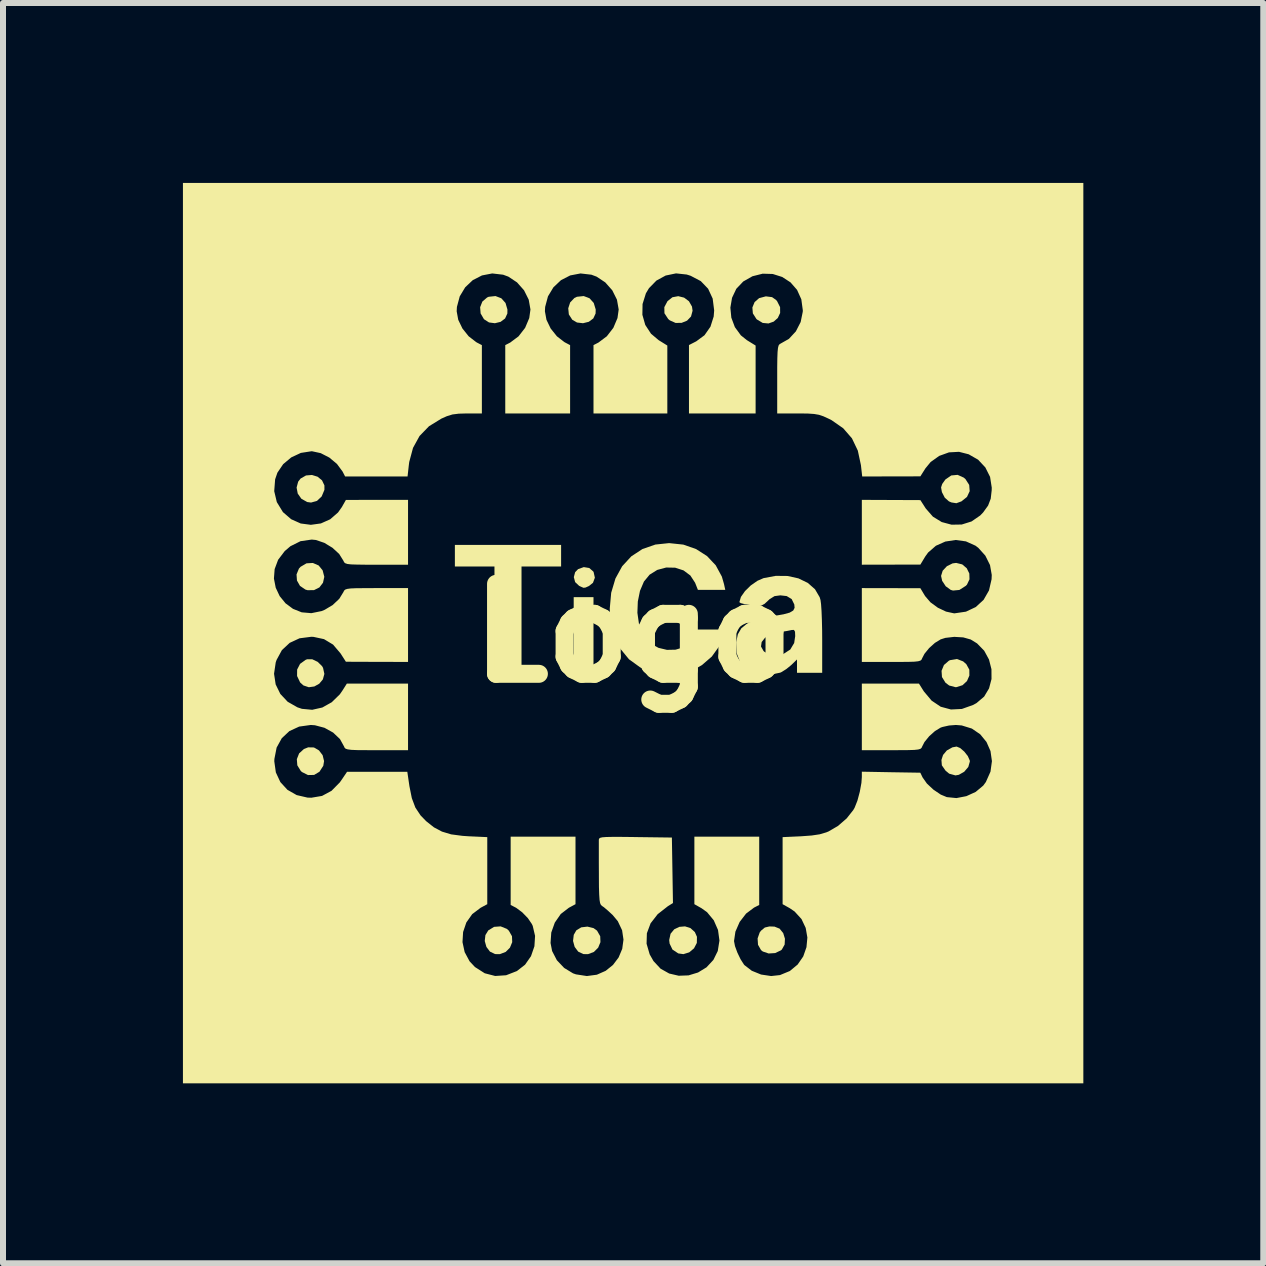
<source format=kicad_pcb>
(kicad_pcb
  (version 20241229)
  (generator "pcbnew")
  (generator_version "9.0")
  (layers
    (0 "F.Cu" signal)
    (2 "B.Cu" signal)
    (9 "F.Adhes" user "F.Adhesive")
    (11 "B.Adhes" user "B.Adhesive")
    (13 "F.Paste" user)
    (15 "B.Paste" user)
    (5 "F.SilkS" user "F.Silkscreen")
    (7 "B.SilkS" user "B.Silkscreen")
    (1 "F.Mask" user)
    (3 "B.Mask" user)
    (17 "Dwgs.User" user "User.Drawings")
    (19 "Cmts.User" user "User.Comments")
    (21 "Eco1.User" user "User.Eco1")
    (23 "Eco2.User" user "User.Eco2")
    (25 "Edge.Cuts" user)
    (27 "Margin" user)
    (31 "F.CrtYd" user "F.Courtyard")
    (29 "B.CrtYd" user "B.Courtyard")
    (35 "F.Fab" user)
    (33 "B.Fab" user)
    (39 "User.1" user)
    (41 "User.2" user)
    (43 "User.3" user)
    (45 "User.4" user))
  (footprint "Logo"
    (layer "F.Cu")
    (at 7.506 7.506)
    (property "Reference" "Logo" (at 0 0 0) (layer "F.SilkS") (effects (font (size 1.5 1.5) (thickness 0.3))))
    (attr board_only exclude_from_pos_files exclude_from_bom)
    (fp_poly (pts (xy -0.661 0) (xy -0.661 0.6) (xy -0.826 0.6) (xy -0.991 0.6) (xy -0.991 0) (xy -0.991 -0.6) (xy -0.826 -0.6) (xy -0.661 -0.6)) (stroke (width 0) (type solid)) (fill yes) (layer "F.SilkS"))
    (fp_poly (pts (xy -5.322 1.906) (xy -5.238 1.955) (xy -5.177 2.035) (xy -5.153 2.133) (xy -5.166 2.212) (xy -5.23 2.311) (xy -5.319 2.364) (xy -5.421 2.366) (xy -5.521 2.316) (xy -5.541 2.298) (xy -5.599 2.204) (xy -5.607 2.101) (xy -5.569 2.005) (xy -5.489 1.932) (xy -5.418 1.904)) (stroke (width 0) (type solid)) (fill yes) (layer "F.SilkS"))
    (fp_poly (pts (xy -5.261 -2.608) (xy -5.187 -2.547) (xy -5.147 -2.463) (xy -5.147 -2.389) (xy -5.193 -2.279) (xy -5.271 -2.205) (xy -5.37 -2.177) (xy -5.435 -2.186) (xy -5.532 -2.241) (xy -5.592 -2.327) (xy -5.611 -2.427) (xy -5.585 -2.525) (xy -5.545 -2.577) (xy -5.454 -2.629) (xy -5.355 -2.637)) (stroke (width 0) (type solid)) (fill yes) (layer "F.SilkS"))
    (fp_poly (pts (xy -5.243 -1.128) (xy -5.177 -1.047) (xy -5.149 -0.939) (xy -5.171 -0.84) (xy -5.231 -0.762) (xy -5.321 -0.717) (xy -5.428 -0.716) (xy -5.463 -0.726) (xy -5.554 -0.787) (xy -5.605 -0.877) (xy -5.612 -0.979) (xy -5.572 -1.076) (xy -5.545 -1.106) (xy -5.446 -1.164) (xy -5.34 -1.17)) (stroke (width 0) (type solid)) (fill yes) (layer "F.SilkS"))
    (fp_poly (pts (xy -2.198 -5.583) (xy -2.128 -5.505) (xy -2.096 -5.396) (xy -2.097 -5.329) (xy -2.135 -5.246) (xy -2.21 -5.19) (xy -2.305 -5.167) (xy -2.403 -5.18) (xy -2.487 -5.234) (xy -2.543 -5.33) (xy -2.551 -5.434) (xy -2.514 -5.528) (xy -2.435 -5.596) (xy -2.408 -5.608) (xy -2.295 -5.62)) (stroke (width 0) (type solid)) (fill yes) (layer "F.SilkS"))
    (fp_poly (pts (xy -2.107 4.93) (xy -2.073 4.96) (xy -2.02 5.053) (xy -2.016 5.152) (xy -2.054 5.244) (xy -2.125 5.315) (xy -2.223 5.352) (xy -2.301 5.351) (xy -2.387 5.31) (xy -2.446 5.232) (xy -2.474 5.133) (xy -2.463 5.034) (xy -2.415 4.956) (xy -2.318 4.897) (xy -2.209 4.889)) (stroke (width 0) (type solid)) (fill yes) (layer "F.SilkS"))
    (fp_poly (pts (xy -0.732 -1.086) (xy -0.664 -1.027) (xy -0.659 -1.018) (xy -0.638 -0.924) (xy -0.67 -0.839) (xy -0.736 -0.786) (xy -0.794 -0.76) (xy -0.828 -0.756) (xy -0.87 -0.774) (xy -0.901 -0.789) (xy -0.967 -0.851) (xy -0.989 -0.934) (xy -0.967 -1.016) (xy -0.918 -1.067) (xy -0.823 -1.101)) (stroke (width 0) (type solid)) (fill yes) (layer "F.SilkS"))
    (fp_poly (pts (xy -0.727 -5.583) (xy -0.657 -5.505) (xy -0.624 -5.396) (xy -0.626 -5.329) (xy -0.664 -5.247) (xy -0.739 -5.191) (xy -0.836 -5.167) (xy -0.936 -5.179) (xy -1.015 -5.225) (xy -1.072 -5.314) (xy -1.082 -5.416) (xy -1.05 -5.514) (xy -0.979 -5.588) (xy -0.937 -5.608) (xy -0.824 -5.62)) (stroke (width 0) (type solid)) (fill yes) (layer "F.SilkS"))
    (fp_poly (pts (xy -0.66 4.918) (xy -0.602 4.96) (xy -0.549 5.053) (xy -0.545 5.152) (xy -0.583 5.244) (xy -0.654 5.315) (xy -0.752 5.352) (xy -0.83 5.351) (xy -0.916 5.31) (xy -0.975 5.231) (xy -1.002 5.132) (xy -0.99 5.03) (xy -0.947 4.955) (xy -0.865 4.905) (xy -0.762 4.893)) (stroke (width 0) (type solid)) (fill yes) (layer "F.SilkS"))
    (fp_poly (pts (xy 0.849 -5.594) (xy 0.93 -5.534) (xy 0.981 -5.445) (xy 0.991 -5.375) (xy 0.965 -5.279) (xy 0.899 -5.21) (xy 0.808 -5.173) (xy 0.707 -5.172) (xy 0.611 -5.215) (xy 0.584 -5.238) (xy 0.522 -5.333) (xy 0.52 -5.435) (xy 0.573 -5.535) (xy 0.655 -5.6) (xy 0.752 -5.618)) (stroke (width 0) (type solid)) (fill yes) (layer "F.SilkS"))
    (fp_poly (pts (xy 0.956 4.918) (xy 1.029 4.984) (xy 1.064 5.063) (xy 1.062 5.165) (xy 1.015 5.255) (xy 0.935 5.322) (xy 0.838 5.352) (xy 0.753 5.34) (xy 0.656 5.276) (xy 0.608 5.176) (xy 0.601 5.117) (xy 0.624 5.012) (xy 0.685 4.938) (xy 0.77 4.897) (xy 0.865 4.889)) (stroke (width 0) (type solid)) (fill yes) (layer "F.SilkS"))
    (fp_poly (pts (xy -5.349 0.436) (xy -5.259 0.479) (xy -5.186 0.551) (xy -5.17 0.579) (xy -5.148 0.68) (xy -5.173 0.771) (xy -5.233 0.843) (xy -5.315 0.889) (xy -5.407 0.902) (xy -5.497 0.872) (xy -5.552 0.822) (xy -5.603 0.715) (xy -5.602 0.607) (xy -5.553 0.512) (xy -5.46 0.445) (xy -5.436 0.436)) (stroke (width 0) (type solid)) (fill yes) (layer "F.SilkS"))
    (fp_poly (pts (xy -1.201 -1.291) (xy -1.201 -1.111) (xy -1.531 -1.111) (xy -1.861 -1.111) (xy -1.861 -0.225) (xy -1.861 0.661) (xy -2.087 0.661) (xy -2.312 0.661) (xy -2.312 -0.225) (xy -2.312 -1.111) (xy -2.642 -1.111) (xy -2.972 -1.111) (xy -2.972 -1.291) (xy -2.972 -1.471) (xy -2.087 -1.471) (xy -1.201 -1.471)) (stroke (width 0) (type solid)) (fill yes) (layer "F.SilkS"))
    (fp_poly (pts (xy 5.487 -1.146) (xy 5.562 -1.082) (xy 5.605 -0.994) (xy 5.608 -0.898) (xy 5.566 -0.809) (xy 5.547 -0.789) (xy 5.439 -0.72) (xy 5.333 -0.71) (xy 5.295 -0.721) (xy 5.212 -0.781) (xy 5.152 -0.872) (xy 5.134 -0.954) (xy 5.161 -1.041) (xy 5.231 -1.116) (xy 5.326 -1.163) (xy 5.386 -1.171)) (stroke (width 0) (type solid)) (fill yes) (layer "F.SilkS"))
    (fp_poly (pts (xy 5.502 0.471) (xy 5.555 0.518) (xy 5.605 0.609) (xy 5.606 0.707) (xy 5.566 0.799) (xy 5.492 0.868) (xy 5.392 0.9) (xy 5.374 0.901) (xy 5.269 0.873) (xy 5.208 0.827) (xy 5.149 0.732) (xy 5.142 0.628) (xy 5.182 0.531) (xy 5.265 0.459) (xy 5.286 0.45) (xy 5.398 0.431)) (stroke (width 0) (type solid)) (fill yes) (layer "F.SilkS"))
    (fp_poly (pts (xy 2.316 -5.602) (xy 2.382 -5.556) (xy 2.4 -5.535) (xy 2.45 -5.435) (xy 2.451 -5.338) (xy 2.412 -5.255) (xy 2.344 -5.194) (xy 2.256 -5.163) (xy 2.16 -5.172) (xy 2.065 -5.229) (xy 2.055 -5.238) (xy 1.996 -5.331) (xy 1.988 -5.429) (xy 2.025 -5.519) (xy 2.1 -5.585) (xy 2.208 -5.614) (xy 2.222 -5.614)) (stroke (width 0) (type solid)) (fill yes) (layer "F.SilkS"))
    (fp_poly (pts (xy 2.357 4.893) (xy 2.442 4.927) (xy 2.502 5.001) (xy 2.531 5.095) (xy 2.526 5.192) (xy 2.48 5.274) (xy 2.465 5.288) (xy 2.368 5.334) (xy 2.259 5.341) (xy 2.162 5.308) (xy 2.132 5.284) (xy 2.082 5.196) (xy 2.075 5.09) (xy 2.11 4.99) (xy 2.133 4.96) (xy 2.196 4.908) (xy 2.273 4.89)) (stroke (width 0) (type solid)) (fill yes) (layer "F.SilkS"))
    (fp_poly (pts (xy 5.453 1.916) (xy 5.521 1.975) (xy 5.58 2.05) (xy 5.612 2.122) (xy 5.614 2.14) (xy 5.588 2.231) (xy 5.52 2.311) (xy 5.43 2.362) (xy 5.374 2.372) (xy 5.269 2.343) (xy 5.208 2.292) (xy 5.147 2.204) (xy 5.14 2.114) (xy 5.167 2.031) (xy 5.23 1.956) (xy 5.323 1.904) (xy 5.393 1.891)) (stroke (width 0) (type solid)) (fill yes) (layer "F.SilkS"))
    (fp_poly (pts (xy 5.512 -2.593) (xy 5.541 -2.568) (xy 5.603 -2.471) (xy 5.611 -2.367) (xy 5.566 -2.271) (xy 5.474 -2.197) (xy 5.389 -2.166) (xy 5.307 -2.179) (xy 5.265 -2.197) (xy 5.196 -2.258) (xy 5.148 -2.351) (xy 5.134 -2.429) (xy 5.153 -2.487) (xy 5.201 -2.555) (xy 5.208 -2.563) (xy 5.304 -2.629) (xy 5.41 -2.639)) (stroke (width 0) (type solid)) (fill yes) (layer "F.SilkS"))
    (fp_poly (pts (xy 0.837 -1.476) (xy 1.049 -1.402) (xy 1.232 -1.285) (xy 1.377 -1.131) (xy 1.479 -0.943) (xy 1.515 -0.818) (xy 1.536 -0.721) (xy 1.308 -0.721) (xy 1.08 -0.721) (xy 1.033 -0.84) (xy 0.954 -0.961) (xy 0.84 -1.046) (xy 0.701 -1.091) (xy 0.551 -1.094) (xy 0.402 -1.054) (xy 0.275 -0.975) (xy 0.18 -0.86) (xy 0.114 -0.705) (xy 0.078 -0.527) (xy 0.071 -0.339) (xy 0.097 -0.156) (xy 0.156 0.007) (xy 0.189 0.064) (xy 0.293 0.173) (xy 0.422 0.245) (xy 0.564 0.279) (xy 0.707 0.276) (xy 0.84 0.236) (xy 0.949 0.16) (xy 1.023 0.048) (xy 1.027 0.038) (xy 1.063 -0.06) (xy 1.298 -0.06) (xy 1.532 -0.06) (xy 1.513 0.023) (xy 1.437 0.216) (xy 1.312 0.39) (xy 1.148 0.532) (xy 1.027 0.602) (xy 0.906 0.641) (xy 0.751 0.669) (xy 0.586 0.682) (xy 0.436 0.678) (xy 0.345 0.663) (xy 0.119 0.572) (xy -0.069 0.436) (xy -0.215 0.258) (xy -0.319 0.043) (xy -0.378 -0.206) (xy -0.39 -0.405) (xy -0.366 -0.673) (xy -0.295 -0.911) (xy -0.183 -1.115) (xy -0.031 -1.28) (xy 0.155 -1.402) (xy 0.371 -1.477) (xy 0.6 -1.501)) (stroke (width 0) (type solid)) (fill yes) (layer "F.SilkS"))
    (fp_poly (pts (xy 2.575 -0.953) (xy 2.756 -0.913) (xy 2.911 -0.838) (xy 3.032 -0.732) (xy 3.11 -0.599) (xy 3.124 -0.552) (xy 3.133 -0.484) (xy 3.141 -0.369) (xy 3.147 -0.218) (xy 3.151 -0.044) (xy 3.152 0.113) (xy 3.152 0.661) (xy 2.942 0.661) (xy 2.732 0.661) (xy 2.732 0.55) (xy 2.732 0.439) (xy 2.635 0.533) (xy 2.554 0.599) (xy 2.472 0.65) (xy 2.452 0.659) (xy 2.341 0.682) (xy 2.204 0.686) (xy 2.071 0.67) (xy 2.035 0.661) (xy 1.886 0.589) (xy 1.782 0.48) (xy 1.726 0.334) (xy 1.721 0.223) (xy 2.132 0.223) (xy 2.174 0.297) (xy 2.184 0.307) (xy 2.281 0.37) (xy 2.379 0.384) (xy 2.497 0.351) (xy 2.504 0.348) (xy 2.62 0.273) (xy 2.685 0.164) (xy 2.702 0.05) (xy 2.699 -0.024) (xy 2.681 -0.054) (xy 2.641 -0.052) (xy 2.635 -0.05) (xy 2.564 -0.036) (xy 2.465 -0.02) (xy 2.424 -0.014) (xy 2.295 0.021) (xy 2.199 0.077) (xy 2.143 0.148) (xy 2.132 0.223) (xy 1.721 0.223) (xy 1.718 0.155) (xy 1.719 0.146) (xy 1.746 0.019) (xy 1.804 -0.081) (xy 1.899 -0.159) (xy 2.038 -0.219) (xy 2.227 -0.266) (xy 2.351 -0.287) (xy 2.507 -0.314) (xy 2.61 -0.342) (xy 2.669 -0.377) (xy 2.692 -0.422) (xy 2.687 -0.478) (xy 2.643 -0.568) (xy 2.56 -0.618) (xy 2.454 -0.63) (xy 2.357 -0.617) (xy 2.276 -0.567) (xy 2.245 -0.538) (xy 2.192 -0.489) (xy 2.145 -0.463) (xy 2.084 -0.457) (xy 1.989 -0.464) (xy 1.962 -0.467) (xy 1.864 -0.482) (xy 1.795 -0.5) (xy 1.771 -0.516) (xy 1.797 -0.604) (xy 1.865 -0.701) (xy 1.961 -0.795) (xy 2.073 -0.873) (xy 2.174 -0.917) (xy 2.378 -0.955)) (stroke (width 0) (type solid)) (fill yes) (layer "F.SilkS"))
    (fp_poly (pts (xy 7.506 0) (xy 7.506 7.506) (xy 0 7.506) (xy -7.506 7.506) (xy -7.506 0) (xy -7.506 -0.91) (xy -5.989 -0.91) (xy -5.959 -0.757) (xy -5.893 -0.617) (xy -5.795 -0.497) (xy -5.671 -0.405) (xy -5.526 -0.347) (xy -5.365 -0.333) (xy -5.193 -0.368) (xy -5.141 -0.39) (xy -5.009 -0.469) (xy -4.9 -0.572) (xy -4.832 -0.682) (xy -4.831 -0.683) (xy -4.82 -0.707) (xy -4.802 -0.725) (xy -4.769 -0.737) (xy -4.711 -0.745) (xy -4.621 -0.749) (xy -4.49 -0.75) (xy -4.308 -0.751) (xy -4.279 -0.751) (xy -3.753 -0.751) (xy -3.753 -0.135) (xy -3.753 0.48) (xy -4.271 0.479) (xy -4.789 0.477) (xy -4.879 0.337) (xy -5.003 0.191) (xy -5.154 0.1) (xy -5.331 0.062) (xy -5.368 0.061) (xy -5.562 0.086) (xy -5.726 0.162) (xy -5.856 0.283) (xy -5.945 0.447) (xy -5.959 0.488) (xy -5.987 0.677) (xy -5.96 0.855) (xy -5.882 1.014) (xy -5.76 1.144) (xy -5.597 1.237) (xy -5.522 1.262) (xy -5.351 1.278) (xy -5.182 1.24) (xy -5.025 1.152) (xy -4.89 1.02) (xy -4.849 0.961) (xy -4.773 0.841) (xy -4.263 0.841) (xy -3.753 0.841) (xy -3.753 1.396) (xy -3.753 1.952) (xy -4.276 1.952) (xy -4.465 1.951) (xy -4.603 1.95) (xy -4.698 1.946) (xy -4.758 1.938) (xy -4.793 1.927) (xy -4.811 1.91) (xy -4.819 1.891) (xy -4.888 1.766) (xy -5.002 1.658) (xy -5.146 1.578) (xy -5.305 1.536) (xy -5.374 1.531) (xy -5.568 1.558) (xy -5.731 1.633) (xy -5.858 1.752) (xy -5.944 1.908) (xy -5.981 2.097) (xy -5.983 2.136) (xy -5.957 2.322) (xy -5.882 2.483) (xy -5.764 2.612) (xy -5.61 2.7) (xy -5.429 2.742) (xy -5.365 2.744) (xy -5.187 2.714) (xy -5.029 2.629) (xy -4.89 2.488) (xy -4.855 2.438) (xy -4.77 2.312) (xy -4.267 2.312) (xy -3.765 2.312) (xy -3.73 2.551) (xy -3.69 2.751) (xy -3.631 2.908) (xy -3.544 3.039) (xy -3.451 3.135) (xy -3.321 3.238) (xy -3.187 3.309) (xy -3.034 3.355) (xy -2.844 3.38) (xy -2.74 3.387) (xy -2.432 3.401) (xy -2.432 3.96) (xy -2.432 4.519) (xy -2.543 4.579) (xy -2.683 4.685) (xy -2.781 4.824) (xy -2.835 4.983) (xy -2.845 5.152) (xy -2.809 5.318) (xy -2.727 5.471) (xy -2.637 5.567) (xy -2.474 5.671) (xy -2.3 5.716) (xy -2.118 5.704) (xy -1.938 5.634) (xy -1.802 5.528) (xy -1.703 5.386) (xy -1.646 5.221) (xy -1.635 5.048) (xy -1.674 4.881) (xy -1.689 4.849) (xy -1.755 4.752) (xy -1.85 4.654) (xy -1.948 4.581) (xy -1.959 4.575) (xy -2.042 4.532) (xy -2.042 3.962) (xy -2.042 3.393) (xy -1.501 3.393) (xy -0.961 3.393) (xy -0.961 3.956) (xy -0.961 4.519) (xy -1.072 4.579) (xy -1.207 4.683) (xy -1.306 4.826) (xy -1.365 4.992) (xy -1.377 5.166) (xy -1.351 5.3) (xy -1.272 5.453) (xy -1.15 5.582) (xy -1.002 5.672) (xy -0.953 5.689) (xy -0.772 5.717) (xy -0.605 5.695) (xy -0.458 5.63) (xy -0.336 5.532) (xy -0.242 5.407) (xy -0.182 5.264) (xy -0.161 5.11) (xy -0.184 4.954) (xy -0.256 4.802) (xy -0.342 4.699) (xy -0.42 4.627) (xy -0.487 4.57) (xy -0.518 4.549) (xy -0.537 4.532) (xy -0.551 4.5) (xy -0.56 4.446) (xy -0.566 4.359) (xy -0.57 4.232) (xy -0.571 4.056) (xy -0.571 4.008) (xy -0.572 3.836) (xy -0.572 3.682) (xy -0.572 3.557) (xy -0.572 3.474) (xy -0.572 3.445) (xy -0.568 3.427) (xy -0.551 3.413) (xy -0.514 3.404) (xy -0.449 3.399) (xy -0.349 3.397) (xy -0.205 3.397) (xy -0.011 3.399) (xy 0.038 3.4) (xy 0.646 3.408) (xy 0.655 3.954) (xy 0.664 4.5) (xy 0.58 4.552) (xy 0.409 4.686) (xy 0.291 4.838) (xy 0.229 5.004) (xy 0.224 5.178) (xy 0.276 5.356) (xy 0.339 5.467) (xy 0.457 5.594) (xy 0.601 5.675) (xy 0.76 5.712) (xy 0.924 5.706) (xy 1.082 5.658) (xy 1.223 5.572) (xy 1.338 5.448) (xy 1.411 5.3) (xy 1.439 5.125) (xy 1.415 4.949) (xy 1.344 4.787) (xy 1.232 4.652) (xy 1.141 4.587) (xy 1.021 4.519) (xy 1.021 3.956) (xy 1.021 3.393) (xy 1.561 3.393) (xy 2.102 3.393) (xy 2.102 3.962) (xy 2.102 4.532) (xy 2.016 4.576) (xy 1.883 4.676) (xy 1.776 4.815) (xy 1.705 4.977) (xy 1.682 5.134) (xy 1.698 5.218) (xy 1.738 5.327) (xy 1.791 5.437) (xy 1.846 5.523) (xy 1.856 5.535) (xy 1.978 5.629) (xy 2.133 5.692) (xy 2.301 5.717) (xy 2.448 5.701) (xy 2.613 5.633) (xy 2.743 5.525) (xy 2.836 5.39) (xy 2.89 5.236) (xy 2.905 5.075) (xy 2.877 4.915) (xy 2.807 4.767) (xy 2.692 4.641) (xy 2.613 4.587) (xy 2.492 4.519) (xy 2.492 3.96) (xy 2.492 3.401) (xy 2.8 3.387) (xy 2.976 3.374) (xy 3.11 3.354) (xy 3.219 3.322) (xy 3.258 3.306) (xy 3.416 3.214) (xy 3.56 3.089) (xy 3.67 2.95) (xy 3.692 2.912) (xy 3.739 2.794) (xy 3.779 2.645) (xy 3.806 2.496) (xy 3.813 2.4) (xy 3.813 2.31) (xy 4.301 2.319) (xy 4.788 2.327) (xy 4.826 2.406) (xy 4.898 2.508) (xy 5.006 2.609) (xy 5.129 2.692) (xy 5.23 2.734) (xy 5.39 2.75) (xy 5.556 2.718) (xy 5.711 2.647) (xy 5.837 2.542) (xy 5.881 2.482) (xy 5.958 2.309) (xy 5.982 2.134) (xy 5.958 1.966) (xy 5.891 1.814) (xy 5.786 1.686) (xy 5.647 1.591) (xy 5.479 1.539) (xy 5.381 1.531) (xy 5.267 1.54) (xy 5.159 1.564) (xy 5.127 1.575) (xy 5.032 1.633) (xy 4.935 1.72) (xy 4.857 1.816) (xy 4.819 1.89) (xy 4.809 1.912) (xy 4.79 1.929) (xy 4.752 1.94) (xy 4.688 1.947) (xy 4.587 1.95) (xy 4.441 1.951) (xy 4.306 1.952) (xy 3.813 1.952) (xy 3.813 1.396) (xy 3.813 0.841) (xy 4.289 0.841) (xy 4.765 0.841) (xy 4.847 0.971) (xy 4.976 1.125) (xy 5.128 1.227) (xy 5.299 1.273) (xy 5.481 1.264) (xy 5.669 1.197) (xy 5.725 1.166) (xy 5.852 1.058) (xy 5.934 0.921) (xy 5.975 0.765) (xy 5.974 0.601) (xy 5.933 0.44) (xy 5.853 0.293) (xy 5.734 0.171) (xy 5.628 0.106) (xy 5.504 0.071) (xy 5.354 0.062) (xy 5.206 0.079) (xy 5.127 0.104) (xy 5.032 0.162) (xy 4.935 0.249) (xy 4.857 0.345) (xy 4.819 0.418) (xy 4.809 0.441) (xy 4.79 0.458) (xy 4.752 0.469) (xy 4.688 0.476) (xy 4.587 0.479) (xy 4.441 0.48) (xy 4.306 0.48) (xy 3.813 0.48) (xy 3.813 -0.135) (xy 3.813 -0.751) (xy 4.301 -0.75) (xy 4.789 -0.749) (xy 4.867 -0.619) (xy 4.956 -0.515) (xy 5.08 -0.424) (xy 5.217 -0.359) (xy 5.346 -0.331) (xy 5.358 -0.33) (xy 5.549 -0.358) (xy 5.712 -0.435) (xy 5.843 -0.555) (xy 5.933 -0.712) (xy 5.976 -0.898) (xy 5.979 -0.97) (xy 5.95 -1.135) (xy 5.872 -1.292) (xy 5.755 -1.422) (xy 5.708 -1.458) (xy 5.548 -1.53) (xy 5.376 -1.553) (xy 5.205 -1.527) (xy 5.048 -1.457) (xy 4.918 -1.344) (xy 4.871 -1.279) (xy 4.789 -1.143) (xy 4.301 -1.142) (xy 3.813 -1.141) (xy 3.813 -1.681) (xy 3.813 -2.222) (xy 4.301 -2.22) (xy 4.789 -2.218) (xy 4.879 -2.078) (xy 4.998 -1.942) (xy 5.145 -1.852) (xy 5.309 -1.808) (xy 5.479 -1.811) (xy 5.642 -1.862) (xy 5.787 -1.962) (xy 5.836 -2.013) (xy 5.918 -2.127) (xy 5.962 -2.242) (xy 5.978 -2.382) (xy 5.979 -2.426) (xy 5.951 -2.605) (xy 5.872 -2.763) (xy 5.751 -2.892) (xy 5.594 -2.982) (xy 5.433 -3.023) (xy 5.266 -3.014) (xy 5.103 -2.955) (xy 4.96 -2.853) (xy 4.873 -2.747) (xy 4.789 -2.614) (xy 4.304 -2.613) (xy 3.819 -2.612) (xy 3.798 -2.8) (xy 3.746 -3.043) (xy 3.648 -3.248) (xy 3.502 -3.416) (xy 3.308 -3.551) (xy 3.258 -3.576) (xy 3.173 -3.615) (xy 3.099 -3.64) (xy 3.018 -3.654) (xy 2.915 -3.661) (xy 2.771 -3.663) (xy 2.74 -3.663) (xy 2.402 -3.663) (xy 2.402 -4.234) (xy 2.402 -4.434) (xy 2.404 -4.582) (xy 2.408 -4.686) (xy 2.415 -4.755) (xy 2.425 -4.795) (xy 2.44 -4.816) (xy 2.454 -4.825) (xy 2.597 -4.906) (xy 2.713 -5.031) (xy 2.793 -5.187) (xy 2.828 -5.358) (xy 2.829 -5.382) (xy 2.804 -5.566) (xy 2.733 -5.723) (xy 2.624 -5.848) (xy 2.486 -5.938) (xy 2.328 -5.988) (xy 2.16 -5.993) (xy 1.989 -5.95) (xy 1.836 -5.863) (xy 1.72 -5.741) (xy 1.649 -5.591) (xy 1.621 -5.427) (xy 1.637 -5.26) (xy 1.696 -5.102) (xy 1.796 -4.965) (xy 1.896 -4.885) (xy 2.042 -4.795) (xy 2.042 -4.229) (xy 2.042 -3.663) (xy 1.486 -3.663) (xy 0.931 -3.663) (xy 0.931 -4.233) (xy 0.931 -4.803) (xy 1.052 -4.865) (xy 1.19 -4.967) (xy 1.289 -5.109) (xy 1.343 -5.279) (xy 1.351 -5.381) (xy 1.326 -5.578) (xy 1.25 -5.742) (xy 1.128 -5.869) (xy 0.959 -5.958) (xy 0.893 -5.979) (xy 0.715 -5.998) (xy 0.542 -5.962) (xy 0.388 -5.878) (xy 0.264 -5.751) (xy 0.213 -5.666) (xy 0.157 -5.487) (xy 0.154 -5.308) (xy 0.202 -5.139) (xy 0.298 -4.992) (xy 0.425 -4.885) (xy 0.57 -4.795) (xy 0.57 -4.229) (xy 0.57 -3.663) (xy -0.045 -3.663) (xy -0.661 -3.663) (xy -0.661 -4.233) (xy -0.661 -4.802) (xy -0.578 -4.845) (xy -0.439 -4.949) (xy -0.33 -5.09) (xy -0.261 -5.253) (xy -0.241 -5.396) (xy -0.27 -5.56) (xy -0.348 -5.716) (xy -0.465 -5.848) (xy -0.61 -5.944) (xy -0.696 -5.976) (xy -0.877 -5.997) (xy -1.049 -5.964) (xy -1.203 -5.885) (xy -1.329 -5.766) (xy -1.42 -5.615) (xy -1.467 -5.439) (xy -1.471 -5.366) (xy -1.445 -5.224) (xy -1.375 -5.079) (xy -1.271 -4.949) (xy -1.147 -4.853) (xy -1.133 -4.845) (xy -1.051 -4.802) (xy -1.051 -4.233) (xy -1.051 -3.663) (xy -1.591 -3.663) (xy -2.132 -3.663) (xy -2.132 -4.233) (xy -2.132 -4.802) (xy -2.049 -4.845) (xy -1.91 -4.949) (xy -1.801 -5.09) (xy -1.732 -5.253) (xy -1.712 -5.396) (xy -1.741 -5.56) (xy -1.819 -5.716) (xy -1.936 -5.848) (xy -2.081 -5.944) (xy -2.168 -5.976) (xy -2.349 -5.997) (xy -2.52 -5.964) (xy -2.674 -5.885) (xy -2.8 -5.766) (xy -2.891 -5.615) (xy -2.938 -5.439) (xy -2.942 -5.366) (xy -2.916 -5.224) (xy -2.846 -5.079) (xy -2.742 -4.949) (xy -2.618 -4.853) (xy -2.605 -4.845) (xy -2.522 -4.802) (xy -2.522 -4.233) (xy -2.522 -3.663) (xy -2.77 -3.663) (xy -2.908 -3.659) (xy -3.012 -3.646) (xy -3.106 -3.617) (xy -3.198 -3.576) (xy -3.404 -3.449) (xy -3.561 -3.287) (xy -3.67 -3.089) (xy -3.733 -2.854) (xy -3.74 -2.8) (xy -3.761 -2.612) (xy -4.281 -2.612) (xy -4.802 -2.612) (xy -4.845 -2.695) (xy -4.938 -2.821) (xy -5.065 -2.927) (xy -5.209 -3.001) (xy -5.352 -3.032) (xy -5.366 -3.032) (xy -5.54 -3.005) (xy -5.7 -2.93) (xy -5.835 -2.817) (xy -5.931 -2.675) (xy -5.969 -2.564) (xy -5.984 -2.367) (xy -5.941 -2.185) (xy -5.842 -2.023) (xy -5.838 -2.017) (xy -5.701 -1.899) (xy -5.542 -1.828) (xy -5.373 -1.806) (xy -5.206 -1.829) (xy -5.051 -1.898) (xy -4.92 -2.012) (xy -4.857 -2.101) (xy -4.789 -2.221) (xy -4.271 -2.222) (xy -3.753 -2.222) (xy -3.753 -1.681) (xy -3.753 -1.141) (xy -4.279 -1.141) (xy -4.468 -1.141) (xy -4.606 -1.143) (xy -4.701 -1.146) (xy -4.763 -1.153) (xy -4.799 -1.165) (xy -4.818 -1.181) (xy -4.83 -1.205) (xy -4.831 -1.208) (xy -4.901 -1.32) (xy -5.013 -1.423) (xy -5.148 -1.505) (xy -5.288 -1.553) (xy -5.359 -1.56) (xy -5.546 -1.533) (xy -5.714 -1.449) (xy -5.808 -1.369) (xy -5.919 -1.223) (xy -5.977 -1.068) (xy -5.989 -0.91) (xy -7.506 -0.91) (xy -7.506 -7.506) (xy 0 -7.506) (xy 7.506 -7.506)) (stroke (width 0) (type solid)) (fill yes) (layer "F.SilkS")))
  (gr_rect
    (start -3 -3)
    (end 18.012 18.012)
    (stroke (width 0.1) (type default))
    (fill no)
    (layer "Edge.Cuts")))
</source>
